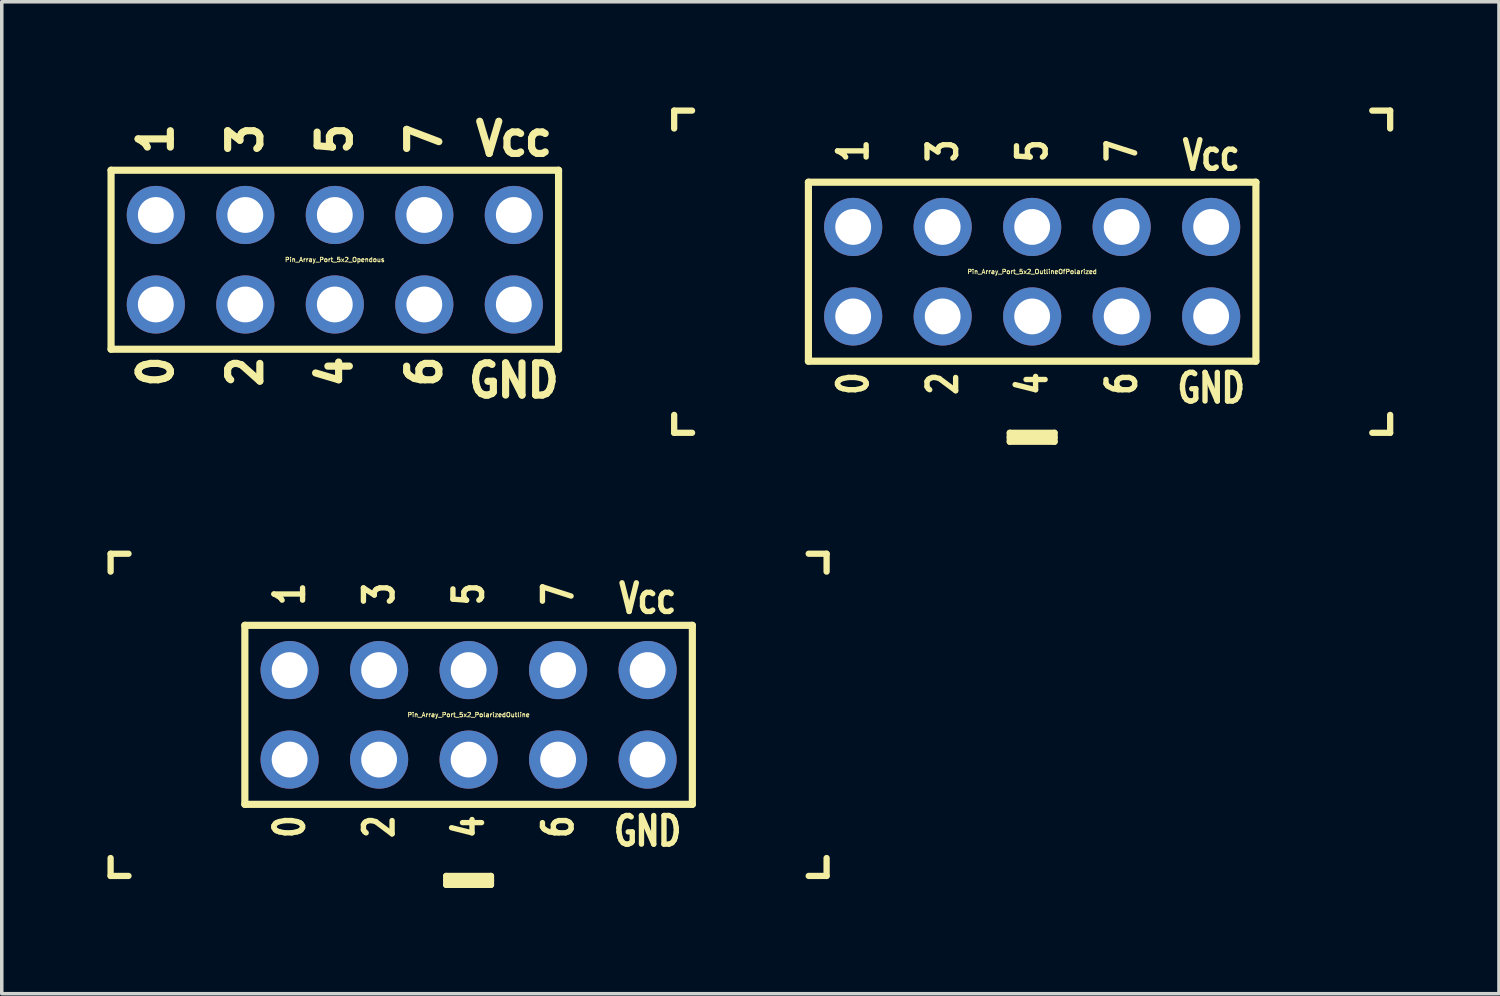
<source format=kicad_pcb>
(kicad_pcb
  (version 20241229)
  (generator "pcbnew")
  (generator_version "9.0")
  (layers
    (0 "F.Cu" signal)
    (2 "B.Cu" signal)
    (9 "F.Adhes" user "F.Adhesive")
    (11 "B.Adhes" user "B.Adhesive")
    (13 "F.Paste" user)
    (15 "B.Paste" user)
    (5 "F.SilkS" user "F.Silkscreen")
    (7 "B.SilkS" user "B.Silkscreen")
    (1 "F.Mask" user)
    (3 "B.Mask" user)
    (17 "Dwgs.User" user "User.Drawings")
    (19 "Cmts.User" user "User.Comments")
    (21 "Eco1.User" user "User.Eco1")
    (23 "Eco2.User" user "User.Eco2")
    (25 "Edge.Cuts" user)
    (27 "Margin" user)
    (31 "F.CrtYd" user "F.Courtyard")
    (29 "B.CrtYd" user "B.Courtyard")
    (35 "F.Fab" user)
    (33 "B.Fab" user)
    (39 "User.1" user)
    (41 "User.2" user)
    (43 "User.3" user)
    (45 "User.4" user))
  (footprint "Pin_Array_Port_5x2_OutlineOfPolarized"
    (layer "F.Cu")
    (at 26.243 4.661)
    (property "Reference" "Pin_Array_Port_5x2_OutlineOfPolarized" (at 0 0 0) (layer "F.SilkS") (effects (font (size 0.127 0.127) (thickness 0.025))))
    (attr through_hole)
    (fp_line (start -10.16 -4.572) (end -10.16 -4.064) (stroke (width 0.178) (type solid)) (layer "F.SilkS"))
    (fp_line (start -10.16 -4.572) (end -9.652 -4.572) (stroke (width 0.178) (type solid)) (layer "F.SilkS"))
    (fp_line (start -10.16 4.572) (end -10.16 4.064) (stroke (width 0.178) (type solid)) (layer "F.SilkS"))
    (fp_line (start -10.16 4.572) (end -9.652 4.572) (stroke (width 0.178) (type solid)) (layer "F.SilkS"))
    (fp_line (start -6.35 -2.54) (end -6.35 2.54) (stroke (width 0.203) (type solid)) (layer "F.SilkS"))
    (fp_line (start -6.35 2.54) (end 6.35 2.54) (stroke (width 0.203) (type solid)) (layer "F.SilkS"))
    (fp_line (start -0.635 4.572) (end 0.635 4.572) (stroke (width 0.178) (type solid)) (layer "F.SilkS"))
    (fp_line (start -0.635 4.699) (end 0.635 4.699) (stroke (width 0.178) (type solid)) (layer "F.SilkS"))
    (fp_line (start -0.635 4.826) (end -0.635 4.572) (stroke (width 0.178) (type solid)) (layer "F.SilkS"))
    (fp_line (start 0.635 4.572) (end 0.635 4.826) (stroke (width 0.178) (type solid)) (layer "F.SilkS"))
    (fp_line (start 0.635 4.826) (end -0.635 4.826) (stroke (width 0.178) (type solid)) (layer "F.SilkS"))
    (fp_line (start 6.35 -2.54) (end -6.35 -2.54) (stroke (width 0.203) (type solid)) (layer "F.SilkS"))
    (fp_line (start 6.35 2.54) (end 6.35 -2.54) (stroke (width 0.203) (type solid)) (layer "F.SilkS"))
    (fp_line (start 10.16 -4.572) (end 9.652 -4.572) (stroke (width 0.178) (type solid)) (layer "F.SilkS"))
    (fp_line (start 10.16 -4.572) (end 10.16 -4.064) (stroke (width 0.178) (type solid)) (layer "F.SilkS"))
    (fp_line (start 10.16 4.572) (end 9.652 4.572) (stroke (width 0.178) (type solid)) (layer "F.SilkS"))
    (fp_line (start 10.16 4.572) (end 10.16 4.064) (stroke (width 0.178) (type solid)) (layer "F.SilkS"))
    (fp_text user "2" (at -2.54 3.175 90) (layer "F.SilkS") (effects (font (size 0.813 0.61) (thickness 0.178))))
    (fp_text user "0" (at -5.08 3.175 90) (layer "F.SilkS") (effects (font (size 0.813 0.61) (thickness 0.178))))
    (fp_text user "3" (at -2.54 -3.429 90) (layer "F.SilkS") (effects (font (size 0.813 0.61) (thickness 0.178))))
    (fp_text user "1" (at -5.08 -3.429 90) (layer "F.SilkS") (effects (font (size 0.813 0.61) (thickness 0.178))))
    (fp_text user "GND" (at 5.08 3.302 0) (layer "F.SilkS") (effects (font (size 0.813 0.61) (thickness 0.152))))
    (fp_text user "6" (at 2.54 3.175 90) (layer "F.SilkS") (effects (font (size 0.813 0.61) (thickness 0.152))))
    (fp_text user "5" (at 0 -3.429 90) (layer "F.SilkS") (effects (font (size 0.813 0.61) (thickness 0.178))))
    (fp_text user "Vcc" (at 5.08 -3.302 0) (layer "F.SilkS") (effects (font (size 0.813 0.61) (thickness 0.152))))
    (fp_text user "7" (at 2.54 -3.429 90) (layer "F.SilkS") (effects (font (size 0.813 0.61) (thickness 0.178))))
    (fp_text user "4" (at 0 3.175 90) (layer "F.SilkS") (effects (font (size 0.813 0.61) (thickness 0.178))))
    (pad "1" thru_hole circle (at -5.08 1.27) (size 1.651 1.651) (drill 1.016) (layers "*.Cu" "*.Mask"))
    (pad "2" thru_hole circle (at -5.08 -1.27) (size 1.651 1.651) (drill 1.016) (layers "*.Cu" "*.Mask"))
    (pad "3" thru_hole circle (at -2.54 1.27) (size 1.651 1.651) (drill 1.016) (layers "*.Cu" "*.Mask"))
    (pad "4" thru_hole circle (at -2.54 -1.27) (size 1.651 1.651) (drill 1.016) (layers "*.Cu" "*.Mask"))
    (pad "5" thru_hole circle (at 0 1.27) (size 1.651 1.651) (drill 1.016) (layers "*.Cu" "*.Mask"))
    (pad "6" thru_hole circle (at 0 -1.27) (size 1.651 1.651) (drill 1.016) (layers "*.Cu" "*.Mask"))
    (pad "7" thru_hole circle (at 2.54 1.27) (size 1.651 1.651) (drill 1.016) (layers "*.Cu" "*.Mask"))
    (pad "8" thru_hole circle (at 2.54 -1.27) (size 1.651 1.651) (drill 1.016) (layers "*.Cu" "*.Mask"))
    (pad "9" thru_hole circle (at 5.08 1.27) (size 1.651 1.651) (drill 1.016) (layers "*.Cu" "*.Mask"))
    (pad "10" thru_hole circle (at 5.08 -1.27) (size 1.651 1.651) (drill 1.016) (layers "*.Cu" "*.Mask")))
  (footprint "Pin_Array_Port_5x2_Opendous"
    (layer "F.Cu")
    (at 6.452 4.321)
    (property "Reference" "Pin_Array_Port_5x2_Opendous" (at 0 0 0) (layer "F.SilkS") (effects (font (size 0.127 0.127) (thickness 0.025))))
    (attr through_hole)
    (fp_line (start -6.35 -2.54) (end -6.35 2.54) (stroke (width 0.203) (type solid)) (layer "F.SilkS"))
    (fp_line (start -6.35 2.54) (end 6.35 2.54) (stroke (width 0.203) (type solid)) (layer "F.SilkS"))
    (fp_line (start 6.35 -2.54) (end -6.35 -2.54) (stroke (width 0.203) (type solid)) (layer "F.SilkS"))
    (fp_line (start 6.35 2.54) (end 6.35 -2.54) (stroke (width 0.203) (type solid)) (layer "F.SilkS"))
    (fp_text user "7" (at 2.54 -3.429 90) (layer "F.SilkS") (effects (font (size 0.914 0.813) (thickness 0.203))))
    (fp_text user "3" (at -2.54 -3.429 90) (layer "F.SilkS") (effects (font (size 0.914 0.813) (thickness 0.203))))
    (fp_text user "Vcc" (at 5.08 -3.429 0) (layer "F.SilkS") (effects (font (size 0.914 0.813) (thickness 0.203))))
    (fp_text user "1" (at -5.08 -3.429 90) (layer "F.SilkS") (effects (font (size 0.914 0.813) (thickness 0.203))))
    (fp_text user "0" (at -5.08 3.175 90) (layer "F.SilkS") (effects (font (size 0.914 0.813) (thickness 0.203))))
    (fp_text user "5" (at 0 -3.429 90) (layer "F.SilkS") (effects (font (size 0.914 0.813) (thickness 0.203))))
    (fp_text user "GND" (at 5.08 3.429 0) (layer "F.SilkS") (effects (font (size 0.914 0.813) (thickness 0.203))))
    (fp_text user "2" (at -2.54 3.175 90) (layer "F.SilkS") (effects (font (size 0.914 0.813) (thickness 0.203))))
    (fp_text user "6" (at 2.54 3.175 90) (layer "F.SilkS") (effects (font (size 0.914 0.813) (thickness 0.203))))
    (fp_text user "4" (at 0 3.175 90) (layer "F.SilkS") (effects (font (size 0.914 0.813) (thickness 0.203))))
    (pad "1" thru_hole circle (at -5.08 1.27) (size 1.651 1.651) (drill 1.016) (layers "*.Cu" "*.Mask"))
    (pad "2" thru_hole circle (at -5.08 -1.27) (size 1.651 1.651) (drill 1.016) (layers "*.Cu" "*.Mask"))
    (pad "3" thru_hole circle (at -2.54 1.27) (size 1.651 1.651) (drill 1.016) (layers "*.Cu" "*.Mask"))
    (pad "4" thru_hole circle (at -2.54 -1.27) (size 1.651 1.651) (drill 1.016) (layers "*.Cu" "*.Mask"))
    (pad "5" thru_hole circle (at 0 1.27) (size 1.651 1.651) (drill 1.016) (layers "*.Cu" "*.Mask"))
    (pad "6" thru_hole circle (at 0 -1.27) (size 1.651 1.651) (drill 1.016) (layers "*.Cu" "*.Mask"))
    (pad "7" thru_hole circle (at 2.54 1.27) (size 1.651 1.651) (drill 1.016) (layers "*.Cu" "*.Mask"))
    (pad "8" thru_hole circle (at 2.54 -1.27) (size 1.651 1.651) (drill 1.016) (layers "*.Cu" "*.Mask"))
    (pad "9" thru_hole circle (at 5.08 1.27) (size 1.651 1.651) (drill 1.016) (layers "*.Cu" "*.Mask"))
    (pad "10" thru_hole circle (at 5.08 -1.27) (size 1.651 1.651) (drill 1.016) (layers "*.Cu" "*.Mask")))
  (footprint "Pin_Array_Port_5x2_PolarizedOutline"
    (layer "F.Cu")
    (at 10.249 17.237)
    (property "Reference" "Pin_Array_Port_5x2_PolarizedOutline" (at 0 0 0) (layer "F.SilkS") (effects (font (size 0.127 0.127) (thickness 0.025))))
    (attr through_hole)
    (fp_line (start -10.16 -4.572) (end -10.16 -4.064) (stroke (width 0.178) (type solid)) (layer "F.SilkS"))
    (fp_line (start -10.16 -4.572) (end -9.652 -4.572) (stroke (width 0.178) (type solid)) (layer "F.SilkS"))
    (fp_line (start -10.16 4.572) (end -10.16 4.064) (stroke (width 0.178) (type solid)) (layer "F.SilkS"))
    (fp_line (start -10.16 4.572) (end -9.652 4.572) (stroke (width 0.178) (type solid)) (layer "F.SilkS"))
    (fp_line (start -6.35 -2.54) (end -6.35 2.54) (stroke (width 0.203) (type solid)) (layer "F.SilkS"))
    (fp_line (start -6.35 2.54) (end 6.35 2.54) (stroke (width 0.203) (type solid)) (layer "F.SilkS"))
    (fp_line (start -0.635 4.572) (end 0.635 4.572) (stroke (width 0.178) (type solid)) (layer "F.SilkS"))
    (fp_line (start -0.635 4.699) (end 0.635 4.699) (stroke (width 0.178) (type solid)) (layer "F.SilkS"))
    (fp_line (start -0.635 4.826) (end -0.635 4.572) (stroke (width 0.178) (type solid)) (layer "F.SilkS"))
    (fp_line (start 0.635 4.572) (end 0.635 4.826) (stroke (width 0.178) (type solid)) (layer "F.SilkS"))
    (fp_line (start 0.635 4.826) (end -0.635 4.826) (stroke (width 0.178) (type solid)) (layer "F.SilkS"))
    (fp_line (start 6.35 -2.54) (end -6.35 -2.54) (stroke (width 0.203) (type solid)) (layer "F.SilkS"))
    (fp_line (start 6.35 2.54) (end 6.35 -2.54) (stroke (width 0.203) (type solid)) (layer "F.SilkS"))
    (fp_line (start 10.16 -4.572) (end 9.652 -4.572) (stroke (width 0.178) (type solid)) (layer "F.SilkS"))
    (fp_line (start 10.16 -4.572) (end 10.16 -4.064) (stroke (width 0.178) (type solid)) (layer "F.SilkS"))
    (fp_line (start 10.16 4.572) (end 9.652 4.572) (stroke (width 0.178) (type solid)) (layer "F.SilkS"))
    (fp_line (start 10.16 4.572) (end 10.16 4.064) (stroke (width 0.178) (type solid)) (layer "F.SilkS"))
    (fp_text user "1" (at -5.08 -3.429 90) (layer "F.SilkS") (effects (font (size 0.813 0.61) (thickness 0.178))))
    (fp_text user "5" (at 0 -3.429 90) (layer "F.SilkS") (effects (font (size 0.813 0.61) (thickness 0.178))))
    (fp_text user "7" (at 2.54 -3.429 90) (layer "F.SilkS") (effects (font (size 0.813 0.61) (thickness 0.178))))
    (fp_text user "4" (at 0 3.175 90) (layer "F.SilkS") (effects (font (size 0.813 0.61) (thickness 0.178))))
    (fp_text user "6" (at 2.54 3.175 90) (layer "F.SilkS") (effects (font (size 0.813 0.61) (thickness 0.152))))
    (fp_text user "0" (at -5.08 3.175 90) (layer "F.SilkS") (effects (font (size 0.813 0.61) (thickness 0.178))))
    (fp_text user "2" (at -2.54 3.175 90) (layer "F.SilkS") (effects (font (size 0.813 0.61) (thickness 0.178))))
    (fp_text user "Vcc" (at 5.08 -3.302 0) (layer "F.SilkS") (effects (font (size 0.813 0.61) (thickness 0.152))))
    (fp_text user "GND" (at 5.08 3.302 0) (layer "F.SilkS") (effects (font (size 0.813 0.61) (thickness 0.152))))
    (fp_text user "3" (at -2.54 -3.429 90) (layer "F.SilkS") (effects (font (size 0.813 0.61) (thickness 0.178))))
    (pad "1" thru_hole circle (at -5.08 1.27) (size 1.651 1.651) (drill 1.016) (layers "*.Cu" "*.Mask"))
    (pad "2" thru_hole circle (at -5.08 -1.27) (size 1.651 1.651) (drill 1.016) (layers "*.Cu" "*.Mask"))
    (pad "3" thru_hole circle (at -2.54 1.27) (size 1.651 1.651) (drill 1.016) (layers "*.Cu" "*.Mask"))
    (pad "4" thru_hole circle (at -2.54 -1.27) (size 1.651 1.651) (drill 1.016) (layers "*.Cu" "*.Mask"))
    (pad "5" thru_hole circle (at 0 1.27) (size 1.651 1.651) (drill 1.016) (layers "*.Cu" "*.Mask"))
    (pad "6" thru_hole circle (at 0 -1.27) (size 1.651 1.651) (drill 1.016) (layers "*.Cu" "*.Mask"))
    (pad "7" thru_hole circle (at 2.54 1.27) (size 1.651 1.651) (drill 1.016) (layers "*.Cu" "*.Mask"))
    (pad "8" thru_hole circle (at 2.54 -1.27) (size 1.651 1.651) (drill 1.016) (layers "*.Cu" "*.Mask"))
    (pad "9" thru_hole circle (at 5.08 1.27) (size 1.651 1.651) (drill 1.016) (layers "*.Cu" "*.Mask"))
    (pad "10" thru_hole circle (at 5.08 -1.27) (size 1.651 1.651) (drill 1.016) (layers "*.Cu" "*.Mask")))
  (gr_rect
    (start -3 -3)
    (end 39.491 25.152)
    (stroke (width 0.1) (type default))
    (fill no)
    (layer "Edge.Cuts")))
</source>
